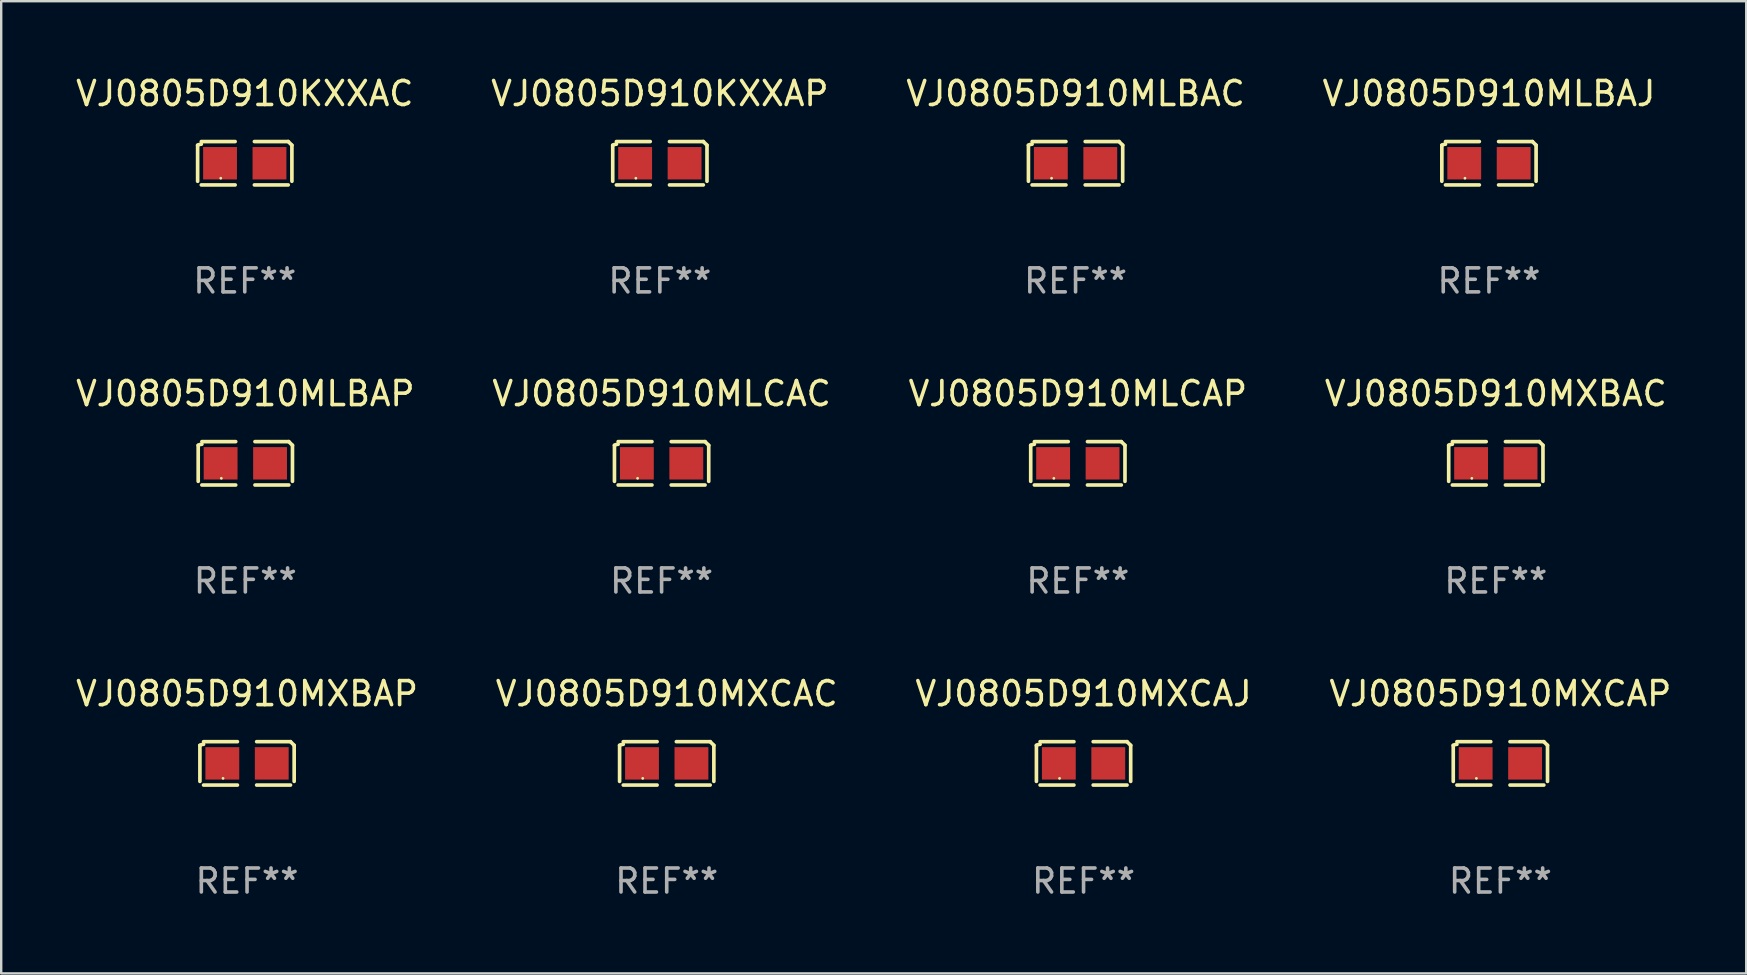
<source format=kicad_pcb>
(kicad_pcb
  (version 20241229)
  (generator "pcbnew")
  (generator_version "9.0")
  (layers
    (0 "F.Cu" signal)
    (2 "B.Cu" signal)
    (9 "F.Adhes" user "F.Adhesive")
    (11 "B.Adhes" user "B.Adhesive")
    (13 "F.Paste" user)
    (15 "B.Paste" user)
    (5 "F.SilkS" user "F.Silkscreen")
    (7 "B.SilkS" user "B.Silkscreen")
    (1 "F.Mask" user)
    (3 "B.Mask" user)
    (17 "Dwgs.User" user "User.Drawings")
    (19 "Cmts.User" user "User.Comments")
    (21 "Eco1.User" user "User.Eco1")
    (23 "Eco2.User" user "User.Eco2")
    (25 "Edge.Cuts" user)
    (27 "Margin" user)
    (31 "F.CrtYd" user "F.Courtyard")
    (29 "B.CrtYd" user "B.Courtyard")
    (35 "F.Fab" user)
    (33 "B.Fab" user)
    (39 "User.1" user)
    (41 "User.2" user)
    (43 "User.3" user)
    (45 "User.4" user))
  (footprint "VJ0805D910MLBAJ"
    (layer "F.Cu")
    (at 58.994 3.752)
    (property "Reference" "VJ0805D910MLBAJ" (at 0 -2.904 0) (layer "F.SilkS") (effects (font (size 1 1) (thickness 0.15))))
    (attr through_hole)
    (fp_line (start -1.964 0.751) (end -1.964 -0.751) (stroke (width 0.152) (type solid)) (layer "F.SilkS"))
    (fp_line (start -1.811 -0.904) (end -0.401 -0.904) (stroke (width 0.152) (type solid)) (layer "F.SilkS"))
    (fp_line (start -0.401 0.904) (end -1.811 0.904) (stroke (width 0.152) (type solid)) (layer "F.SilkS"))
    (fp_line (start 0.401 0.904) (end 1.811 0.904) (stroke (width 0.152) (type solid)) (layer "F.SilkS"))
    (fp_line (start 1.811 -0.904) (end 0.401 -0.904) (stroke (width 0.152) (type solid)) (layer "F.SilkS"))
    (fp_line (start 1.964 0.751) (end 1.964 -0.751) (stroke (width 0.152) (type solid)) (layer "F.SilkS"))
    (fp_arc (start -1.963602 -0.751207) (mid -1.890354 -0.783131) (end -1.811201 -0.794044) (stroke (width 0.1524) (type solid)) (layer "F.SilkS"))
    (fp_arc (start 1.811202 -0.903607) (mid 1.887413 -0.827418) (end 1.963602 -0.751207) (stroke (width 0.1524) (type solid)) (layer "F.SilkS"))
    (fp_circle (center -1 0.625) (end -0.97 0.625) (stroke (width 0.06) (type solid)) (fill no) (layer "F.SilkS"))
    (fp_text user "REF**" (at 0 4.904 0) (layer "F.Fab") (effects (font (size 1 1) (thickness 0.15))))
    (pad "1" smd rect (at -1.03 0) (size 1.41 1.35) (layers "F.Cu" "F.Mask" "F.Paste"))
    (pad "2" smd rect (at 1.03 0) (size 1.41 1.35) (layers "F.Cu" "F.Mask" "F.Paste")))
  (footprint "VJ0805D910MLCAC"
    (layer "F.Cu")
    (at 24.518 16.256)
    (property "Reference" "VJ0805D910MLCAC" (at 0 -2.904 0) (layer "F.SilkS") (effects (font (size 1 1) (thickness 0.15))))
    (attr through_hole)
    (fp_line (start -1.964 0.751) (end -1.964 -0.751) (stroke (width 0.152) (type solid)) (layer "F.SilkS"))
    (fp_line (start -1.811 -0.904) (end -0.401 -0.904) (stroke (width 0.152) (type solid)) (layer "F.SilkS"))
    (fp_line (start -0.401 0.904) (end -1.811 0.904) (stroke (width 0.152) (type solid)) (layer "F.SilkS"))
    (fp_line (start 0.401 0.904) (end 1.811 0.904) (stroke (width 0.152) (type solid)) (layer "F.SilkS"))
    (fp_line (start 1.811 -0.904) (end 0.401 -0.904) (stroke (width 0.152) (type solid)) (layer "F.SilkS"))
    (fp_line (start 1.964 0.751) (end 1.964 -0.751) (stroke (width 0.152) (type solid)) (layer "F.SilkS"))
    (fp_arc (start -1.963602 -0.751207) (mid -1.890354 -0.783131) (end -1.811201 -0.794044) (stroke (width 0.1524) (type solid)) (layer "F.SilkS"))
    (fp_arc (start 1.811202 -0.903607) (mid 1.887413 -0.827418) (end 1.963602 -0.751207) (stroke (width 0.1524) (type solid)) (layer "F.SilkS"))
    (fp_circle (center -1 0.625) (end -0.97 0.625) (stroke (width 0.06) (type solid)) (fill no) (layer "F.SilkS"))
    (fp_text user "REF**" (at 0 4.904 0) (layer "F.Fab") (effects (font (size 1 1) (thickness 0.15))))
    (pad "1" smd rect (at -1.03 0) (size 1.41 1.35) (layers "F.Cu" "F.Mask" "F.Paste"))
    (pad "2" smd rect (at 1.03 0) (size 1.41 1.35) (layers "F.Cu" "F.Mask" "F.Paste")))
  (footprint "VJ0805D910KXXAC"
    (layer "F.Cu")
    (at 7.149 3.752)
    (property "Reference" "VJ0805D910KXXAC" (at 0 -2.904 0) (layer "F.SilkS") (effects (font (size 1 1) (thickness 0.15))))
    (attr through_hole)
    (fp_line (start -1.964 0.751) (end -1.964 -0.751) (stroke (width 0.152) (type solid)) (layer "F.SilkS"))
    (fp_line (start -1.811 -0.904) (end -0.401 -0.904) (stroke (width 0.152) (type solid)) (layer "F.SilkS"))
    (fp_line (start -0.401 0.904) (end -1.811 0.904) (stroke (width 0.152) (type solid)) (layer "F.SilkS"))
    (fp_line (start 0.401 0.904) (end 1.811 0.904) (stroke (width 0.152) (type solid)) (layer "F.SilkS"))
    (fp_line (start 1.811 -0.904) (end 0.401 -0.904) (stroke (width 0.152) (type solid)) (layer "F.SilkS"))
    (fp_line (start 1.964 0.751) (end 1.964 -0.751) (stroke (width 0.152) (type solid)) (layer "F.SilkS"))
    (fp_arc (start -1.963602 -0.751207) (mid -1.890354 -0.783131) (end -1.811201 -0.794044) (stroke (width 0.1524) (type solid)) (layer "F.SilkS"))
    (fp_arc (start 1.811202 -0.903607) (mid 1.887413 -0.827418) (end 1.963602 -0.751207) (stroke (width 0.1524) (type solid)) (layer "F.SilkS"))
    (fp_circle (center -1 0.625) (end -0.97 0.625) (stroke (width 0.06) (type solid)) (fill no) (layer "F.SilkS"))
    (fp_text user "REF**" (at 0 4.904 0) (layer "F.Fab") (effects (font (size 1 1) (thickness 0.15))))
    (pad "1" smd rect (at -1.03 0) (size 1.41 1.35) (layers "F.Cu" "F.Mask" "F.Paste"))
    (pad "2" smd rect (at 1.03 0) (size 1.41 1.35) (layers "F.Cu" "F.Mask" "F.Paste")))
  (footprint "VJ0805D910MXBAP"
    (layer "F.Cu")
    (at 7.244 28.759)
    (property "Reference" "VJ0805D910MXBAP" (at 0 -2.904 0) (layer "F.SilkS") (effects (font (size 1 1) (thickness 0.15))))
    (attr through_hole)
    (fp_line (start -1.964 0.751) (end -1.964 -0.751) (stroke (width 0.152) (type solid)) (layer "F.SilkS"))
    (fp_line (start -1.811 -0.904) (end -0.401 -0.904) (stroke (width 0.152) (type solid)) (layer "F.SilkS"))
    (fp_line (start -0.401 0.904) (end -1.811 0.904) (stroke (width 0.152) (type solid)) (layer "F.SilkS"))
    (fp_line (start 0.401 0.904) (end 1.811 0.904) (stroke (width 0.152) (type solid)) (layer "F.SilkS"))
    (fp_line (start 1.811 -0.904) (end 0.401 -0.904) (stroke (width 0.152) (type solid)) (layer "F.SilkS"))
    (fp_line (start 1.964 0.751) (end 1.964 -0.751) (stroke (width 0.152) (type solid)) (layer "F.SilkS"))
    (fp_arc (start -1.963602 -0.751207) (mid -1.890354 -0.783131) (end -1.811201 -0.794044) (stroke (width 0.1524) (type solid)) (layer "F.SilkS"))
    (fp_arc (start 1.811202 -0.903607) (mid 1.887413 -0.827418) (end 1.963602 -0.751207) (stroke (width 0.1524) (type solid)) (layer "F.SilkS"))
    (fp_circle (center -1 0.625) (end -0.97 0.625) (stroke (width 0.06) (type solid)) (fill no) (layer "F.SilkS"))
    (fp_text user "REF**" (at 0 4.904 0) (layer "F.Fab") (effects (font (size 1 1) (thickness 0.15))))
    (pad "1" smd rect (at -1.03 0) (size 1.41 1.35) (layers "F.Cu" "F.Mask" "F.Paste"))
    (pad "2" smd rect (at 1.03 0) (size 1.41 1.35) (layers "F.Cu" "F.Mask" "F.Paste")))
  (footprint "VJ0805D910MXBAC"
    (layer "F.Cu")
    (at 59.28 16.256)
    (property "Reference" "VJ0805D910MXBAC" (at 0 -2.904 0) (layer "F.SilkS") (effects (font (size 1 1) (thickness 0.15))))
    (attr through_hole)
    (fp_line (start -1.964 0.751) (end -1.964 -0.751) (stroke (width 0.152) (type solid)) (layer "F.SilkS"))
    (fp_line (start -1.811 -0.904) (end -0.401 -0.904) (stroke (width 0.152) (type solid)) (layer "F.SilkS"))
    (fp_line (start -0.401 0.904) (end -1.811 0.904) (stroke (width 0.152) (type solid)) (layer "F.SilkS"))
    (fp_line (start 0.401 0.904) (end 1.811 0.904) (stroke (width 0.152) (type solid)) (layer "F.SilkS"))
    (fp_line (start 1.811 -0.904) (end 0.401 -0.904) (stroke (width 0.152) (type solid)) (layer "F.SilkS"))
    (fp_line (start 1.964 0.751) (end 1.964 -0.751) (stroke (width 0.152) (type solid)) (layer "F.SilkS"))
    (fp_arc (start -1.963602 -0.751207) (mid -1.890354 -0.783131) (end -1.811201 -0.794044) (stroke (width 0.1524) (type solid)) (layer "F.SilkS"))
    (fp_arc (start 1.811202 -0.903607) (mid 1.887413 -0.827418) (end 1.963602 -0.751207) (stroke (width 0.1524) (type solid)) (layer "F.SilkS"))
    (fp_circle (center -1 0.625) (end -0.97 0.625) (stroke (width 0.06) (type solid)) (fill no) (layer "F.SilkS"))
    (fp_text user "REF**" (at 0 4.904 0) (layer "F.Fab") (effects (font (size 1 1) (thickness 0.15))))
    (pad "1" smd rect (at -1.03 0) (size 1.41 1.35) (layers "F.Cu" "F.Mask" "F.Paste"))
    (pad "2" smd rect (at 1.03 0) (size 1.41 1.35) (layers "F.Cu" "F.Mask" "F.Paste")))
  (footprint "VJ0805D910MXCAC"
    (layer "F.Cu")
    (at 24.732 28.759)
    (property "Reference" "VJ0805D910MXCAC" (at 0 -2.904 0) (layer "F.SilkS") (effects (font (size 1 1) (thickness 0.15))))
    (attr through_hole)
    (fp_line (start -1.964 0.751) (end -1.964 -0.751) (stroke (width 0.152) (type solid)) (layer "F.SilkS"))
    (fp_line (start -1.811 -0.904) (end -0.401 -0.904) (stroke (width 0.152) (type solid)) (layer "F.SilkS"))
    (fp_line (start -0.401 0.904) (end -1.811 0.904) (stroke (width 0.152) (type solid)) (layer "F.SilkS"))
    (fp_line (start 0.401 0.904) (end 1.811 0.904) (stroke (width 0.152) (type solid)) (layer "F.SilkS"))
    (fp_line (start 1.811 -0.904) (end 0.401 -0.904) (stroke (width 0.152) (type solid)) (layer "F.SilkS"))
    (fp_line (start 1.964 0.751) (end 1.964 -0.751) (stroke (width 0.152) (type solid)) (layer "F.SilkS"))
    (fp_arc (start -1.963602 -0.751207) (mid -1.890354 -0.783131) (end -1.811201 -0.794044) (stroke (width 0.1524) (type solid)) (layer "F.SilkS"))
    (fp_arc (start 1.811202 -0.903607) (mid 1.887413 -0.827418) (end 1.963602 -0.751207) (stroke (width 0.1524) (type solid)) (layer "F.SilkS"))
    (fp_circle (center -1 0.625) (end -0.97 0.625) (stroke (width 0.06) (type solid)) (fill no) (layer "F.SilkS"))
    (fp_text user "REF**" (at 0 4.904 0) (layer "F.Fab") (effects (font (size 1 1) (thickness 0.15))))
    (pad "1" smd rect (at -1.03 0) (size 1.41 1.35) (layers "F.Cu" "F.Mask" "F.Paste"))
    (pad "2" smd rect (at 1.03 0) (size 1.41 1.35) (layers "F.Cu" "F.Mask" "F.Paste")))
  (footprint "VJ0805D910MLCAP"
    (layer "F.Cu")
    (at 41.863 16.256)
    (property "Reference" "VJ0805D910MLCAP" (at 0 -2.904 0) (layer "F.SilkS") (effects (font (size 1 1) (thickness 0.15))))
    (attr through_hole)
    (fp_line (start -1.964 0.751) (end -1.964 -0.751) (stroke (width 0.152) (type solid)) (layer "F.SilkS"))
    (fp_line (start -1.811 -0.904) (end -0.401 -0.904) (stroke (width 0.152) (type solid)) (layer "F.SilkS"))
    (fp_line (start -0.401 0.904) (end -1.811 0.904) (stroke (width 0.152) (type solid)) (layer "F.SilkS"))
    (fp_line (start 0.401 0.904) (end 1.811 0.904) (stroke (width 0.152) (type solid)) (layer "F.SilkS"))
    (fp_line (start 1.811 -0.904) (end 0.401 -0.904) (stroke (width 0.152) (type solid)) (layer "F.SilkS"))
    (fp_line (start 1.964 0.751) (end 1.964 -0.751) (stroke (width 0.152) (type solid)) (layer "F.SilkS"))
    (fp_arc (start -1.963602 -0.751207) (mid -1.890354 -0.783131) (end -1.811201 -0.794044) (stroke (width 0.1524) (type solid)) (layer "F.SilkS"))
    (fp_arc (start 1.811202 -0.903607) (mid 1.887413 -0.827418) (end 1.963602 -0.751207) (stroke (width 0.1524) (type solid)) (layer "F.SilkS"))
    (fp_circle (center -1 0.625) (end -0.97 0.625) (stroke (width 0.06) (type solid)) (fill no) (layer "F.SilkS"))
    (fp_text user "REF**" (at 0 4.904 0) (layer "F.Fab") (effects (font (size 1 1) (thickness 0.15))))
    (pad "1" smd rect (at -1.03 0) (size 1.41 1.35) (layers "F.Cu" "F.Mask" "F.Paste"))
    (pad "2" smd rect (at 1.03 0) (size 1.41 1.35) (layers "F.Cu" "F.Mask" "F.Paste")))
  (footprint "VJ0805D910MLBAP"
    (layer "F.Cu")
    (at 7.173 16.256)
    (property "Reference" "VJ0805D910MLBAP" (at 0 -2.904 0) (layer "F.SilkS") (effects (font (size 1 1) (thickness 0.15))))
    (attr through_hole)
    (fp_line (start -1.964 0.751) (end -1.964 -0.751) (stroke (width 0.152) (type solid)) (layer "F.SilkS"))
    (fp_line (start -1.811 -0.904) (end -0.401 -0.904) (stroke (width 0.152) (type solid)) (layer "F.SilkS"))
    (fp_line (start -0.401 0.904) (end -1.811 0.904) (stroke (width 0.152) (type solid)) (layer "F.SilkS"))
    (fp_line (start 0.401 0.904) (end 1.811 0.904) (stroke (width 0.152) (type solid)) (layer "F.SilkS"))
    (fp_line (start 1.811 -0.904) (end 0.401 -0.904) (stroke (width 0.152) (type solid)) (layer "F.SilkS"))
    (fp_line (start 1.964 0.751) (end 1.964 -0.751) (stroke (width 0.152) (type solid)) (layer "F.SilkS"))
    (fp_arc (start -1.963602 -0.751207) (mid -1.890354 -0.783131) (end -1.811201 -0.794044) (stroke (width 0.1524) (type solid)) (layer "F.SilkS"))
    (fp_arc (start 1.811202 -0.903607) (mid 1.887413 -0.827418) (end 1.963602 -0.751207) (stroke (width 0.1524) (type solid)) (layer "F.SilkS"))
    (fp_circle (center -1 0.625) (end -0.97 0.625) (stroke (width 0.06) (type solid)) (fill no) (layer "F.SilkS"))
    (fp_text user "REF**" (at 0 4.904 0) (layer "F.Fab") (effects (font (size 1 1) (thickness 0.15))))
    (pad "1" smd rect (at -1.03 0) (size 1.41 1.35) (layers "F.Cu" "F.Mask" "F.Paste"))
    (pad "2" smd rect (at 1.03 0) (size 1.41 1.35) (layers "F.Cu" "F.Mask" "F.Paste")))
  (footprint "VJ0805D910KXXAP"
    (layer "F.Cu")
    (at 24.446 3.752)
    (property "Reference" "VJ0805D910KXXAP" (at 0 -2.904 0) (layer "F.SilkS") (effects (font (size 1 1) (thickness 0.15))))
    (attr through_hole)
    (fp_line (start -1.964 0.751) (end -1.964 -0.751) (stroke (width 0.152) (type solid)) (layer "F.SilkS"))
    (fp_line (start -1.811 -0.904) (end -0.401 -0.904) (stroke (width 0.152) (type solid)) (layer "F.SilkS"))
    (fp_line (start -0.401 0.904) (end -1.811 0.904) (stroke (width 0.152) (type solid)) (layer "F.SilkS"))
    (fp_line (start 0.401 0.904) (end 1.811 0.904) (stroke (width 0.152) (type solid)) (layer "F.SilkS"))
    (fp_line (start 1.811 -0.904) (end 0.401 -0.904) (stroke (width 0.152) (type solid)) (layer "F.SilkS"))
    (fp_line (start 1.964 0.751) (end 1.964 -0.751) (stroke (width 0.152) (type solid)) (layer "F.SilkS"))
    (fp_arc (start -1.963602 -0.751207) (mid -1.890354 -0.783131) (end -1.811201 -0.794044) (stroke (width 0.1524) (type solid)) (layer "F.SilkS"))
    (fp_arc (start 1.811202 -0.903607) (mid 1.887413 -0.827418) (end 1.963602 -0.751207) (stroke (width 0.1524) (type solid)) (layer "F.SilkS"))
    (fp_circle (center -1 0.625) (end -0.97 0.625) (stroke (width 0.06) (type solid)) (fill no) (layer "F.SilkS"))
    (fp_text user "REF**" (at 0 4.904 0) (layer "F.Fab") (effects (font (size 1 1) (thickness 0.15))))
    (pad "1" smd rect (at -1.03 0) (size 1.41 1.35) (layers "F.Cu" "F.Mask" "F.Paste"))
    (pad "2" smd rect (at 1.03 0) (size 1.41 1.35) (layers "F.Cu" "F.Mask" "F.Paste")))
  (footprint "VJ0805D910MXCAJ"
    (layer "F.Cu")
    (at 42.101 28.759)
    (property "Reference" "VJ0805D910MXCAJ" (at 0 -2.904 0) (layer "F.SilkS") (effects (font (size 1 1) (thickness 0.15))))
    (attr through_hole)
    (fp_line (start -1.964 0.751) (end -1.964 -0.751) (stroke (width 0.152) (type solid)) (layer "F.SilkS"))
    (fp_line (start -1.811 -0.904) (end -0.401 -0.904) (stroke (width 0.152) (type solid)) (layer "F.SilkS"))
    (fp_line (start -0.401 0.904) (end -1.811 0.904) (stroke (width 0.152) (type solid)) (layer "F.SilkS"))
    (fp_line (start 0.401 0.904) (end 1.811 0.904) (stroke (width 0.152) (type solid)) (layer "F.SilkS"))
    (fp_line (start 1.811 -0.904) (end 0.401 -0.904) (stroke (width 0.152) (type solid)) (layer "F.SilkS"))
    (fp_line (start 1.964 0.751) (end 1.964 -0.751) (stroke (width 0.152) (type solid)) (layer "F.SilkS"))
    (fp_arc (start -1.963602 -0.751207) (mid -1.890354 -0.783131) (end -1.811201 -0.794044) (stroke (width 0.1524) (type solid)) (layer "F.SilkS"))
    (fp_arc (start 1.811202 -0.903607) (mid 1.887413 -0.827418) (end 1.963602 -0.751207) (stroke (width 0.1524) (type solid)) (layer "F.SilkS"))
    (fp_circle (center -1 0.625) (end -0.97 0.625) (stroke (width 0.06) (type solid)) (fill no) (layer "F.SilkS"))
    (fp_text user "REF**" (at 0 4.904 0) (layer "F.Fab") (effects (font (size 1 1) (thickness 0.15))))
    (pad "1" smd rect (at -1.03 0) (size 1.41 1.35) (layers "F.Cu" "F.Mask" "F.Paste"))
    (pad "2" smd rect (at 1.03 0) (size 1.41 1.35) (layers "F.Cu" "F.Mask" "F.Paste")))
  (footprint "VJ0805D910MXCAP"
    (layer "F.Cu")
    (at 59.47 28.759)
    (property "Reference" "VJ0805D910MXCAP" (at 0 -2.904 0) (layer "F.SilkS") (effects (font (size 1 1) (thickness 0.15))))
    (attr through_hole)
    (fp_line (start -1.964 0.751) (end -1.964 -0.751) (stroke (width 0.152) (type solid)) (layer "F.SilkS"))
    (fp_line (start -1.811 -0.904) (end -0.401 -0.904) (stroke (width 0.152) (type solid)) (layer "F.SilkS"))
    (fp_line (start -0.401 0.904) (end -1.811 0.904) (stroke (width 0.152) (type solid)) (layer "F.SilkS"))
    (fp_line (start 0.401 0.904) (end 1.811 0.904) (stroke (width 0.152) (type solid)) (layer "F.SilkS"))
    (fp_line (start 1.811 -0.904) (end 0.401 -0.904) (stroke (width 0.152) (type solid)) (layer "F.SilkS"))
    (fp_line (start 1.964 0.751) (end 1.964 -0.751) (stroke (width 0.152) (type solid)) (layer "F.SilkS"))
    (fp_arc (start -1.963602 -0.751207) (mid -1.890354 -0.783131) (end -1.811201 -0.794044) (stroke (width 0.1524) (type solid)) (layer "F.SilkS"))
    (fp_arc (start 1.811202 -0.903607) (mid 1.887413 -0.827418) (end 1.963602 -0.751207) (stroke (width 0.1524) (type solid)) (layer "F.SilkS"))
    (fp_circle (center -1 0.625) (end -0.97 0.625) (stroke (width 0.06) (type solid)) (fill no) (layer "F.SilkS"))
    (fp_text user "REF**" (at 0 4.904 0) (layer "F.Fab") (effects (font (size 1 1) (thickness 0.15))))
    (pad "1" smd rect (at -1.03 0) (size 1.41 1.35) (layers "F.Cu" "F.Mask" "F.Paste"))
    (pad "2" smd rect (at 1.03 0) (size 1.41 1.35) (layers "F.Cu" "F.Mask" "F.Paste")))
  (footprint "VJ0805D910MLBAC"
    (layer "F.Cu")
    (at 41.768 3.752)
    (property "Reference" "VJ0805D910MLBAC" (at 0 -2.904 0) (layer "F.SilkS") (effects (font (size 1 1) (thickness 0.15))))
    (attr through_hole)
    (fp_line (start -1.964 0.751) (end -1.964 -0.751) (stroke (width 0.152) (type solid)) (layer "F.SilkS"))
    (fp_line (start -1.811 -0.904) (end -0.401 -0.904) (stroke (width 0.152) (type solid)) (layer "F.SilkS"))
    (fp_line (start -0.401 0.904) (end -1.811 0.904) (stroke (width 0.152) (type solid)) (layer "F.SilkS"))
    (fp_line (start 0.401 0.904) (end 1.811 0.904) (stroke (width 0.152) (type solid)) (layer "F.SilkS"))
    (fp_line (start 1.811 -0.904) (end 0.401 -0.904) (stroke (width 0.152) (type solid)) (layer "F.SilkS"))
    (fp_line (start 1.964 0.751) (end 1.964 -0.751) (stroke (width 0.152) (type solid)) (layer "F.SilkS"))
    (fp_arc (start -1.963602 -0.751207) (mid -1.890354 -0.783131) (end -1.811201 -0.794044) (stroke (width 0.1524) (type solid)) (layer "F.SilkS"))
    (fp_arc (start 1.811202 -0.903607) (mid 1.887413 -0.827418) (end 1.963602 -0.751207) (stroke (width 0.1524) (type solid)) (layer "F.SilkS"))
    (fp_circle (center -1 0.625) (end -0.97 0.625) (stroke (width 0.06) (type solid)) (fill no) (layer "F.SilkS"))
    (fp_text user "REF**" (at 0 4.904 0) (layer "F.Fab") (effects (font (size 1 1) (thickness 0.15))))
    (pad "1" smd rect (at -1.03 0) (size 1.41 1.35) (layers "F.Cu" "F.Mask" "F.Paste"))
    (pad "2" smd rect (at 1.03 0) (size 1.41 1.35) (layers "F.Cu" "F.Mask" "F.Paste")))
  (gr_rect
    (start -3 -3)
    (end 69.714 37.511)
    (stroke (width 0.1) (type default))
    (fill no)
    (layer "Edge.Cuts")))
</source>
